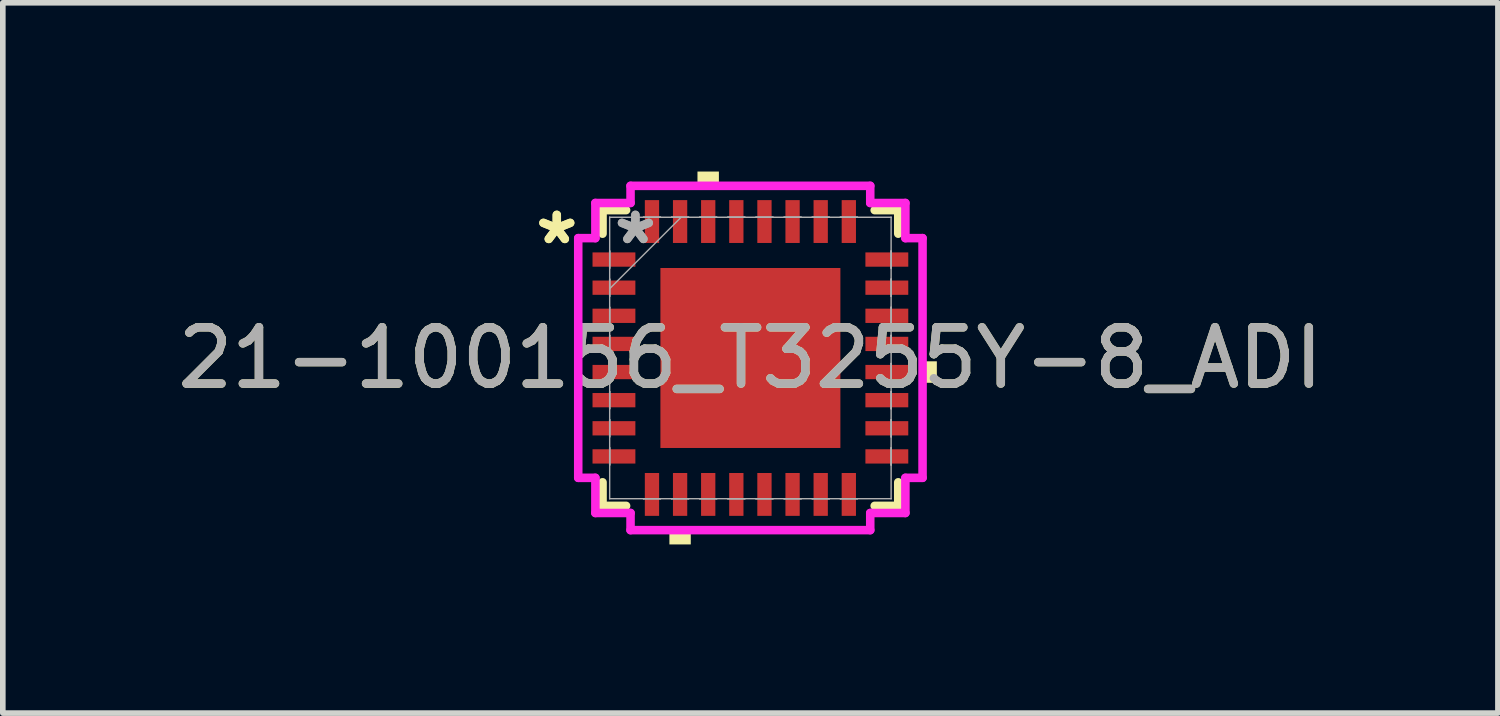
<source format=kicad_pcb>
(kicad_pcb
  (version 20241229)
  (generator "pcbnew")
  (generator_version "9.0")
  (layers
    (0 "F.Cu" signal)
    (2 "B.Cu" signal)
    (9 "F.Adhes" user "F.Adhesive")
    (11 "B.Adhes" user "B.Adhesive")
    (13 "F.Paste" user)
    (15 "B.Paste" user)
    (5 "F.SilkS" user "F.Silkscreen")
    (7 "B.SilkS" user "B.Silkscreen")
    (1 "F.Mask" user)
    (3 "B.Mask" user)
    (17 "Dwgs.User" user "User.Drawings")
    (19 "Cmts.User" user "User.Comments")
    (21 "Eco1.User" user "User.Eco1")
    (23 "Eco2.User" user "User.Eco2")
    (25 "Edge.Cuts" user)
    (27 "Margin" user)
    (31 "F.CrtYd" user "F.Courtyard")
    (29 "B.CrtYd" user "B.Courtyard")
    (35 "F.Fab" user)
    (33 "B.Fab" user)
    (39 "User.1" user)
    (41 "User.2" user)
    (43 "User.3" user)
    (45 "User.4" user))
  (footprint "21-100156_T3255Y-8_ADI"
    (layer "F.Cu")
    (at 10.292 3.315)
    (property "Reference" "21-100156_T3255Y-8_ADI" (at 0 0 0) (unlocked yes) (layer "F.SilkS") (effects (font (size 1 1) (thickness 0.15))))
    (attr smd)
    (fp_line (start -2.629 -2.629) (end -2.629 -2.21) (stroke (width 0.152) (type solid)) (layer "F.SilkS"))
    (fp_line (start -2.629 2.21) (end -2.629 2.629) (stroke (width 0.152) (type solid)) (layer "F.SilkS"))
    (fp_line (start -2.629 2.629) (end -2.21 2.629) (stroke (width 0.152) (type solid)) (layer "F.SilkS"))
    (fp_line (start -2.21 -2.629) (end -2.629 -2.629) (stroke (width 0.152) (type solid)) (layer "F.SilkS"))
    (fp_line (start 2.21 2.629) (end 2.629 2.629) (stroke (width 0.152) (type solid)) (layer "F.SilkS"))
    (fp_line (start 2.629 -2.629) (end 2.21 -2.629) (stroke (width 0.152) (type solid)) (layer "F.SilkS"))
    (fp_line (start 2.629 -2.21) (end 2.629 -2.629) (stroke (width 0.152) (type solid)) (layer "F.SilkS"))
    (fp_line (start 2.629 2.629) (end 2.629 2.21) (stroke (width 0.152) (type solid)) (layer "F.SilkS"))
    (fp_poly (pts (xy -1.44 3.061) (xy -1.44 3.315) (xy -1.06 3.315) (xy -1.06 3.061)) (stroke (width 0) (type solid)) (fill yes) (layer "F.SilkS"))
    (fp_poly (pts (xy -0.941 -3.061) (xy -0.941 -3.315) (xy -0.56 -3.315) (xy -0.56 -3.061)) (stroke (width 0) (type solid)) (fill yes) (layer "F.SilkS"))
    (fp_poly (pts (xy 3.315 0.059) (xy 3.315 0.441) (xy 3.061 0.441) (xy 3.061 0.059)) (stroke (width 0) (type solid)) (fill yes) (layer "F.SilkS"))
    (fp_poly (pts (xy -1.5 -1.5) (xy -1.5 -0.1) (xy -0.1 -0.1) (xy -0.1 -1.5)) (stroke (width 0) (type solid)) (fill yes) (layer "F.Paste"))
    (fp_poly (pts (xy -1.5 0.1) (xy -1.5 1.5) (xy -0.1 1.5) (xy -0.1 0.1)) (stroke (width 0) (type solid)) (fill yes) (layer "F.Paste"))
    (fp_poly (pts (xy 0.1 -1.5) (xy 0.1 -0.1) (xy 1.5 -0.1) (xy 1.5 -1.5)) (stroke (width 0) (type solid)) (fill yes) (layer "F.Paste"))
    (fp_poly (pts (xy 0.1 0.1) (xy 0.1 1.5) (xy 1.5 1.5) (xy 1.5 0.1)) (stroke (width 0) (type solid)) (fill yes) (layer "F.Paste"))
    (fp_line (start -3.061 -2.131) (end -2.756 -2.131) (stroke (width 0.152) (type solid)) (layer "F.CrtYd"))
    (fp_line (start -3.061 2.131) (end -3.061 -2.131) (stroke (width 0.152) (type solid)) (layer "F.CrtYd"))
    (fp_line (start -2.756 -2.756) (end -2.131 -2.756) (stroke (width 0.152) (type solid)) (layer "F.CrtYd"))
    (fp_line (start -2.756 -2.131) (end -2.756 -2.756) (stroke (width 0.152) (type solid)) (layer "F.CrtYd"))
    (fp_line (start -2.756 2.131) (end -3.061 2.131) (stroke (width 0.152) (type solid)) (layer "F.CrtYd"))
    (fp_line (start -2.756 2.756) (end -2.756 2.131) (stroke (width 0.152) (type solid)) (layer "F.CrtYd"))
    (fp_line (start -2.131 -3.061) (end 2.131 -3.061) (stroke (width 0.152) (type solid)) (layer "F.CrtYd"))
    (fp_line (start -2.131 -2.756) (end -2.131 -3.061) (stroke (width 0.152) (type solid)) (layer "F.CrtYd"))
    (fp_line (start -2.131 2.756) (end -2.756 2.756) (stroke (width 0.152) (type solid)) (layer "F.CrtYd"))
    (fp_line (start -2.131 3.061) (end -2.131 2.756) (stroke (width 0.152) (type solid)) (layer "F.CrtYd"))
    (fp_line (start 2.131 -3.061) (end 2.131 -2.756) (stroke (width 0.152) (type solid)) (layer "F.CrtYd"))
    (fp_line (start 2.131 -2.756) (end 2.756 -2.756) (stroke (width 0.152) (type solid)) (layer "F.CrtYd"))
    (fp_line (start 2.131 2.756) (end 2.131 3.061) (stroke (width 0.152) (type solid)) (layer "F.CrtYd"))
    (fp_line (start 2.131 3.061) (end -2.131 3.061) (stroke (width 0.152) (type solid)) (layer "F.CrtYd"))
    (fp_line (start 2.756 -2.756) (end 2.756 -2.131) (stroke (width 0.152) (type solid)) (layer "F.CrtYd"))
    (fp_line (start 2.756 -2.131) (end 3.061 -2.131) (stroke (width 0.152) (type solid)) (layer "F.CrtYd"))
    (fp_line (start 2.756 2.131) (end 2.756 2.756) (stroke (width 0.152) (type solid)) (layer "F.CrtYd"))
    (fp_line (start 2.756 2.756) (end 2.131 2.756) (stroke (width 0.152) (type solid)) (layer "F.CrtYd"))
    (fp_line (start 3.061 -2.131) (end 3.061 2.131) (stroke (width 0.152) (type solid)) (layer "F.CrtYd"))
    (fp_line (start 3.061 2.131) (end 2.756 2.131) (stroke (width 0.152) (type solid)) (layer "F.CrtYd"))
    (fp_line (start -2.502 -2.502) (end -2.502 -2.502) (stroke (width 0.025) (type solid)) (layer "F.Fab"))
    (fp_line (start -2.502 -2.502) (end -2.502 2.502) (stroke (width 0.025) (type solid)) (layer "F.Fab"))
    (fp_line (start -2.502 -1.902) (end -2.502 -1.902) (stroke (width 0.025) (type solid)) (layer "F.Fab"))
    (fp_line (start -2.502 -1.902) (end -2.502 -1.598) (stroke (width 0.025) (type solid)) (layer "F.Fab"))
    (fp_line (start -2.502 -1.598) (end -2.502 -1.902) (stroke (width 0.025) (type solid)) (layer "F.Fab"))
    (fp_line (start -2.502 -1.598) (end -2.502 -1.598) (stroke (width 0.025) (type solid)) (layer "F.Fab"))
    (fp_line (start -2.502 -1.402) (end -2.502 -1.402) (stroke (width 0.025) (type solid)) (layer "F.Fab"))
    (fp_line (start -2.502 -1.402) (end -2.502 -1.098) (stroke (width 0.025) (type solid)) (layer "F.Fab"))
    (fp_line (start -2.502 -1.232) (end -1.232 -2.502) (stroke (width 0.025) (type solid)) (layer "F.Fab"))
    (fp_line (start -2.502 -1.098) (end -2.502 -1.402) (stroke (width 0.025) (type solid)) (layer "F.Fab"))
    (fp_line (start -2.502 -1.098) (end -2.502 -1.098) (stroke (width 0.025) (type solid)) (layer "F.Fab"))
    (fp_line (start -2.502 -0.902) (end -2.502 -0.902) (stroke (width 0.025) (type solid)) (layer "F.Fab"))
    (fp_line (start -2.502 -0.902) (end -2.502 -0.598) (stroke (width 0.025) (type solid)) (layer "F.Fab"))
    (fp_line (start -2.502 -0.598) (end -2.502 -0.902) (stroke (width 0.025) (type solid)) (layer "F.Fab"))
    (fp_line (start -2.502 -0.598) (end -2.502 -0.598) (stroke (width 0.025) (type solid)) (layer "F.Fab"))
    (fp_line (start -2.502 -0.402) (end -2.502 -0.402) (stroke (width 0.025) (type solid)) (layer "F.Fab"))
    (fp_line (start -2.502 -0.402) (end -2.502 -0.098) (stroke (width 0.025) (type solid)) (layer "F.Fab"))
    (fp_line (start -2.502 -0.098) (end -2.502 -0.402) (stroke (width 0.025) (type solid)) (layer "F.Fab"))
    (fp_line (start -2.502 -0.098) (end -2.502 -0.098) (stroke (width 0.025) (type solid)) (layer "F.Fab"))
    (fp_line (start -2.502 0.098) (end -2.502 0.098) (stroke (width 0.025) (type solid)) (layer "F.Fab"))
    (fp_line (start -2.502 0.098) (end -2.502 0.402) (stroke (width 0.025) (type solid)) (layer "F.Fab"))
    (fp_line (start -2.502 0.402) (end -2.502 0.098) (stroke (width 0.025) (type solid)) (layer "F.Fab"))
    (fp_line (start -2.502 0.402) (end -2.502 0.402) (stroke (width 0.025) (type solid)) (layer "F.Fab"))
    (fp_line (start -2.502 0.598) (end -2.502 0.598) (stroke (width 0.025) (type solid)) (layer "F.Fab"))
    (fp_line (start -2.502 0.598) (end -2.502 0.902) (stroke (width 0.025) (type solid)) (layer "F.Fab"))
    (fp_line (start -2.502 0.902) (end -2.502 0.598) (stroke (width 0.025) (type solid)) (layer "F.Fab"))
    (fp_line (start -2.502 0.902) (end -2.502 0.902) (stroke (width 0.025) (type solid)) (layer "F.Fab"))
    (fp_line (start -2.502 1.098) (end -2.502 1.098) (stroke (width 0.025) (type solid)) (layer "F.Fab"))
    (fp_line (start -2.502 1.098) (end -2.502 1.402) (stroke (width 0.025) (type solid)) (layer "F.Fab"))
    (fp_line (start -2.502 1.402) (end -2.502 1.098) (stroke (width 0.025) (type solid)) (layer "F.Fab"))
    (fp_line (start -2.502 1.402) (end -2.502 1.402) (stroke (width 0.025) (type solid)) (layer "F.Fab"))
    (fp_line (start -2.502 1.598) (end -2.502 1.598) (stroke (width 0.025) (type solid)) (layer "F.Fab"))
    (fp_line (start -2.502 1.598) (end -2.502 1.902) (stroke (width 0.025) (type solid)) (layer "F.Fab"))
    (fp_line (start -2.502 1.902) (end -2.502 1.598) (stroke (width 0.025) (type solid)) (layer "F.Fab"))
    (fp_line (start -2.502 1.902) (end -2.502 1.902) (stroke (width 0.025) (type solid)) (layer "F.Fab"))
    (fp_line (start -2.502 2.502) (end -2.502 2.502) (stroke (width 0.025) (type solid)) (layer "F.Fab"))
    (fp_line (start -2.502 2.502) (end 2.502 2.502) (stroke (width 0.025) (type solid)) (layer "F.Fab"))
    (fp_line (start -1.902 -2.502) (end -1.902 -2.502) (stroke (width 0.025) (type solid)) (layer "F.Fab"))
    (fp_line (start -1.902 -2.502) (end -1.598 -2.502) (stroke (width 0.025) (type solid)) (layer "F.Fab"))
    (fp_line (start -1.902 2.502) (end -1.902 2.502) (stroke (width 0.025) (type solid)) (layer "F.Fab"))
    (fp_line (start -1.902 2.502) (end -1.598 2.502) (stroke (width 0.025) (type solid)) (layer "F.Fab"))
    (fp_line (start -1.598 -2.502) (end -1.902 -2.502) (stroke (width 0.025) (type solid)) (layer "F.Fab"))
    (fp_line (start -1.598 -2.502) (end -1.598 -2.502) (stroke (width 0.025) (type solid)) (layer "F.Fab"))
    (fp_line (start -1.598 2.502) (end -1.902 2.502) (stroke (width 0.025) (type solid)) (layer "F.Fab"))
    (fp_line (start -1.598 2.502) (end -1.598 2.502) (stroke (width 0.025) (type solid)) (layer "F.Fab"))
    (fp_line (start -1.402 -2.502) (end -1.402 -2.502) (stroke (width 0.025) (type solid)) (layer "F.Fab"))
    (fp_line (start -1.402 -2.502) (end -1.098 -2.502) (stroke (width 0.025) (type solid)) (layer "F.Fab"))
    (fp_line (start -1.402 2.502) (end -1.402 2.502) (stroke (width 0.025) (type solid)) (layer "F.Fab"))
    (fp_line (start -1.402 2.502) (end -1.098 2.502) (stroke (width 0.025) (type solid)) (layer "F.Fab"))
    (fp_line (start -1.098 -2.502) (end -1.402 -2.502) (stroke (width 0.025) (type solid)) (layer "F.Fab"))
    (fp_line (start -1.098 -2.502) (end -1.098 -2.502) (stroke (width 0.025) (type solid)) (layer "F.Fab"))
    (fp_line (start -1.098 2.502) (end -1.402 2.502) (stroke (width 0.025) (type solid)) (layer "F.Fab"))
    (fp_line (start -1.098 2.502) (end -1.098 2.502) (stroke (width 0.025) (type solid)) (layer "F.Fab"))
    (fp_line (start -0.902 -2.502) (end -0.902 -2.502) (stroke (width 0.025) (type solid)) (layer "F.Fab"))
    (fp_line (start -0.902 -2.502) (end -0.598 -2.502) (stroke (width 0.025) (type solid)) (layer "F.Fab"))
    (fp_line (start -0.902 2.502) (end -0.902 2.502) (stroke (width 0.025) (type solid)) (layer "F.Fab"))
    (fp_line (start -0.902 2.502) (end -0.598 2.502) (stroke (width 0.025) (type solid)) (layer "F.Fab"))
    (fp_line (start -0.598 -2.502) (end -0.902 -2.502) (stroke (width 0.025) (type solid)) (layer "F.Fab"))
    (fp_line (start -0.598 -2.502) (end -0.598 -2.502) (stroke (width 0.025) (type solid)) (layer "F.Fab"))
    (fp_line (start -0.598 2.502) (end -0.902 2.502) (stroke (width 0.025) (type solid)) (layer "F.Fab"))
    (fp_line (start -0.598 2.502) (end -0.598 2.502) (stroke (width 0.025) (type solid)) (layer "F.Fab"))
    (fp_line (start -0.402 -2.502) (end -0.402 -2.502) (stroke (width 0.025) (type solid)) (layer "F.Fab"))
    (fp_line (start -0.402 -2.502) (end -0.098 -2.502) (stroke (width 0.025) (type solid)) (layer "F.Fab"))
    (fp_line (start -0.402 2.502) (end -0.402 2.502) (stroke (width 0.025) (type solid)) (layer "F.Fab"))
    (fp_line (start -0.402 2.502) (end -0.098 2.502) (stroke (width 0.025) (type solid)) (layer "F.Fab"))
    (fp_line (start -0.098 -2.502) (end -0.402 -2.502) (stroke (width 0.025) (type solid)) (layer "F.Fab"))
    (fp_line (start -0.098 -2.502) (end -0.098 -2.502) (stroke (width 0.025) (type solid)) (layer "F.Fab"))
    (fp_line (start -0.098 2.502) (end -0.402 2.502) (stroke (width 0.025) (type solid)) (layer "F.Fab"))
    (fp_line (start -0.098 2.502) (end -0.098 2.502) (stroke (width 0.025) (type solid)) (layer "F.Fab"))
    (fp_line (start 0.098 -2.502) (end 0.098 -2.502) (stroke (width 0.025) (type solid)) (layer "F.Fab"))
    (fp_line (start 0.098 -2.502) (end 0.402 -2.502) (stroke (width 0.025) (type solid)) (layer "F.Fab"))
    (fp_line (start 0.098 2.502) (end 0.098 2.502) (stroke (width 0.025) (type solid)) (layer "F.Fab"))
    (fp_line (start 0.098 2.502) (end 0.402 2.502) (stroke (width 0.025) (type solid)) (layer "F.Fab"))
    (fp_line (start 0.402 -2.502) (end 0.098 -2.502) (stroke (width 0.025) (type solid)) (layer "F.Fab"))
    (fp_line (start 0.402 -2.502) (end 0.402 -2.502) (stroke (width 0.025) (type solid)) (layer "F.Fab"))
    (fp_line (start 0.402 2.502) (end 0.098 2.502) (stroke (width 0.025) (type solid)) (layer "F.Fab"))
    (fp_line (start 0.402 2.502) (end 0.402 2.502) (stroke (width 0.025) (type solid)) (layer "F.Fab"))
    (fp_line (start 0.598 -2.502) (end 0.598 -2.502) (stroke (width 0.025) (type solid)) (layer "F.Fab"))
    (fp_line (start 0.598 -2.502) (end 0.902 -2.502) (stroke (width 0.025) (type solid)) (layer "F.Fab"))
    (fp_line (start 0.598 2.502) (end 0.598 2.502) (stroke (width 0.025) (type solid)) (layer "F.Fab"))
    (fp_line (start 0.598 2.502) (end 0.902 2.502) (stroke (width 0.025) (type solid)) (layer "F.Fab"))
    (fp_line (start 0.902 -2.502) (end 0.598 -2.502) (stroke (width 0.025) (type solid)) (layer "F.Fab"))
    (fp_line (start 0.902 -2.502) (end 0.902 -2.502) (stroke (width 0.025) (type solid)) (layer "F.Fab"))
    (fp_line (start 0.902 2.502) (end 0.598 2.502) (stroke (width 0.025) (type solid)) (layer "F.Fab"))
    (fp_line (start 0.902 2.502) (end 0.902 2.502) (stroke (width 0.025) (type solid)) (layer "F.Fab"))
    (fp_line (start 1.098 -2.502) (end 1.098 -2.502) (stroke (width 0.025) (type solid)) (layer "F.Fab"))
    (fp_line (start 1.098 -2.502) (end 1.402 -2.502) (stroke (width 0.025) (type solid)) (layer "F.Fab"))
    (fp_line (start 1.098 2.502) (end 1.098 2.502) (stroke (width 0.025) (type solid)) (layer "F.Fab"))
    (fp_line (start 1.098 2.502) (end 1.402 2.502) (stroke (width 0.025) (type solid)) (layer "F.Fab"))
    (fp_line (start 1.402 -2.502) (end 1.098 -2.502) (stroke (width 0.025) (type solid)) (layer "F.Fab"))
    (fp_line (start 1.402 -2.502) (end 1.402 -2.502) (stroke (width 0.025) (type solid)) (layer "F.Fab"))
    (fp_line (start 1.402 2.502) (end 1.098 2.502) (stroke (width 0.025) (type solid)) (layer "F.Fab"))
    (fp_line (start 1.402 2.502) (end 1.402 2.502) (stroke (width 0.025) (type solid)) (layer "F.Fab"))
    (fp_line (start 1.598 -2.502) (end 1.598 -2.502) (stroke (width 0.025) (type solid)) (layer "F.Fab"))
    (fp_line (start 1.598 -2.502) (end 1.902 -2.502) (stroke (width 0.025) (type solid)) (layer "F.Fab"))
    (fp_line (start 1.598 2.502) (end 1.598 2.502) (stroke (width 0.025) (type solid)) (layer "F.Fab"))
    (fp_line (start 1.598 2.502) (end 1.902 2.502) (stroke (width 0.025) (type solid)) (layer "F.Fab"))
    (fp_line (start 1.902 -2.502) (end 1.598 -2.502) (stroke (width 0.025) (type solid)) (layer "F.Fab"))
    (fp_line (start 1.902 -2.502) (end 1.902 -2.502) (stroke (width 0.025) (type solid)) (layer "F.Fab"))
    (fp_line (start 1.902 2.502) (end 1.598 2.502) (stroke (width 0.025) (type solid)) (layer "F.Fab"))
    (fp_line (start 1.902 2.502) (end 1.902 2.502) (stroke (width 0.025) (type solid)) (layer "F.Fab"))
    (fp_line (start 2.502 -2.502) (end -2.502 -2.502) (stroke (width 0.025) (type solid)) (layer "F.Fab"))
    (fp_line (start 2.502 -2.502) (end 2.502 -2.502) (stroke (width 0.025) (type solid)) (layer "F.Fab"))
    (fp_line (start 2.502 -1.902) (end 2.502 -1.902) (stroke (width 0.025) (type solid)) (layer "F.Fab"))
    (fp_line (start 2.502 -1.902) (end 2.502 -1.598) (stroke (width 0.025) (type solid)) (layer "F.Fab"))
    (fp_line (start 2.502 -1.598) (end 2.502 -1.902) (stroke (width 0.025) (type solid)) (layer "F.Fab"))
    (fp_line (start 2.502 -1.598) (end 2.502 -1.598) (stroke (width 0.025) (type solid)) (layer "F.Fab"))
    (fp_line (start 2.502 -1.402) (end 2.502 -1.402) (stroke (width 0.025) (type solid)) (layer "F.Fab"))
    (fp_line (start 2.502 -1.402) (end 2.502 -1.098) (stroke (width 0.025) (type solid)) (layer "F.Fab"))
    (fp_line (start 2.502 -1.098) (end 2.502 -1.402) (stroke (width 0.025) (type solid)) (layer "F.Fab"))
    (fp_line (start 2.502 -1.098) (end 2.502 -1.098) (stroke (width 0.025) (type solid)) (layer "F.Fab"))
    (fp_line (start 2.502 -0.902) (end 2.502 -0.902) (stroke (width 0.025) (type solid)) (layer "F.Fab"))
    (fp_line (start 2.502 -0.902) (end 2.502 -0.598) (stroke (width 0.025) (type solid)) (layer "F.Fab"))
    (fp_line (start 2.502 -0.598) (end 2.502 -0.902) (stroke (width 0.025) (type solid)) (layer "F.Fab"))
    (fp_line (start 2.502 -0.598) (end 2.502 -0.598) (stroke (width 0.025) (type solid)) (layer "F.Fab"))
    (fp_line (start 2.502 -0.402) (end 2.502 -0.402) (stroke (width 0.025) (type solid)) (layer "F.Fab"))
    (fp_line (start 2.502 -0.402) (end 2.502 -0.098) (stroke (width 0.025) (type solid)) (layer "F.Fab"))
    (fp_line (start 2.502 -0.098) (end 2.502 -0.402) (stroke (width 0.025) (type solid)) (layer "F.Fab"))
    (fp_line (start 2.502 -0.098) (end 2.502 -0.098) (stroke (width 0.025) (type solid)) (layer "F.Fab"))
    (fp_line (start 2.502 0.098) (end 2.502 0.098) (stroke (width 0.025) (type solid)) (layer "F.Fab"))
    (fp_line (start 2.502 0.098) (end 2.502 0.402) (stroke (width 0.025) (type solid)) (layer "F.Fab"))
    (fp_line (start 2.502 0.402) (end 2.502 0.098) (stroke (width 0.025) (type solid)) (layer "F.Fab"))
    (fp_line (start 2.502 0.402) (end 2.502 0.402) (stroke (width 0.025) (type solid)) (layer "F.Fab"))
    (fp_line (start 2.502 0.598) (end 2.502 0.598) (stroke (width 0.025) (type solid)) (layer "F.Fab"))
    (fp_line (start 2.502 0.598) (end 2.502 0.902) (stroke (width 0.025) (type solid)) (layer "F.Fab"))
    (fp_line (start 2.502 0.902) (end 2.502 0.598) (stroke (width 0.025) (type solid)) (layer "F.Fab"))
    (fp_line (start 2.502 0.902) (end 2.502 0.902) (stroke (width 0.025) (type solid)) (layer "F.Fab"))
    (fp_line (start 2.502 1.098) (end 2.502 1.098) (stroke (width 0.025) (type solid)) (layer "F.Fab"))
    (fp_line (start 2.502 1.098) (end 2.502 1.402) (stroke (width 0.025) (type solid)) (layer "F.Fab"))
    (fp_line (start 2.502 1.402) (end 2.502 1.098) (stroke (width 0.025) (type solid)) (layer "F.Fab"))
    (fp_line (start 2.502 1.402) (end 2.502 1.402) (stroke (width 0.025) (type solid)) (layer "F.Fab"))
    (fp_line (start 2.502 1.598) (end 2.502 1.598) (stroke (width 0.025) (type solid)) (layer "F.Fab"))
    (fp_line (start 2.502 1.598) (end 2.502 1.902) (stroke (width 0.025) (type solid)) (layer "F.Fab"))
    (fp_line (start 2.502 1.902) (end 2.502 1.598) (stroke (width 0.025) (type solid)) (layer "F.Fab"))
    (fp_line (start 2.502 1.902) (end 2.502 1.902) (stroke (width 0.025) (type solid)) (layer "F.Fab"))
    (fp_line (start 2.502 2.502) (end 2.502 -2.502) (stroke (width 0.025) (type solid)) (layer "F.Fab"))
    (fp_line (start 2.502 2.502) (end 2.502 2.502) (stroke (width 0.025) (type solid)) (layer "F.Fab"))
    (fp_text user "*" (at -3.442 -2 0) (unlocked yes) (layer "F.SilkS") (effects (font (size 1 1) (thickness 0.15))))
    (fp_text user "*" (at -3.442 -2 0) (layer "F.SilkS") (effects (font (size 1 1) (thickness 0.15))))
    (fp_text user "*" (at -2.045 -2 0) (layer "F.Fab") (effects (font (size 1 1) (thickness 0.15))))
    (fp_text user "${REFERENCE}" (at 0 0 0) (unlocked yes) (layer "F.Fab") (effects (font (size 1 1) (thickness 0.15))))
    (fp_text user "*" (at -2.045 -2 0) (unlocked yes) (layer "F.Fab") (effects (font (size 1 1) (thickness 0.15))))
    (pad "1" smd rect (at -2.426 -1.75 90) (size 0.254 0.762) (layers "F.Cu" "F.Mask" "F.Paste"))
    (pad "2" smd rect (at -2.426 -1.25 90) (size 0.254 0.762) (layers "F.Cu" "F.Mask" "F.Paste"))
    (pad "3" smd rect (at -2.426 -0.75 90) (size 0.254 0.762) (layers "F.Cu" "F.Mask" "F.Paste"))
    (pad "4" smd rect (at -2.426 -0.25 90) (size 0.254 0.762) (layers "F.Cu" "F.Mask" "F.Paste"))
    (pad "5" smd rect (at -2.426 0.25 90) (size 0.254 0.762) (layers "F.Cu" "F.Mask" "F.Paste"))
    (pad "6" smd rect (at -2.426 0.75 90) (size 0.254 0.762) (layers "F.Cu" "F.Mask" "F.Paste"))
    (pad "7" smd rect (at -2.426 1.25 90) (size 0.254 0.762) (layers "F.Cu" "F.Mask" "F.Paste"))
    (pad "8" smd rect (at -2.426 1.75 90) (size 0.254 0.762) (layers "F.Cu" "F.Mask" "F.Paste"))
    (pad "9" smd rect (at -1.75 2.426) (size 0.254 0.762) (layers "F.Cu" "F.Mask" "F.Paste"))
    (pad "10" smd rect (at -1.25 2.426) (size 0.254 0.762) (layers "F.Cu" "F.Mask" "F.Paste"))
    (pad "11" smd rect (at -0.75 2.426) (size 0.254 0.762) (layers "F.Cu" "F.Mask" "F.Paste"))
    (pad "12" smd rect (at -0.25 2.426) (size 0.254 0.762) (layers "F.Cu" "F.Mask" "F.Paste"))
    (pad "13" smd rect (at 0.25 2.426) (size 0.254 0.762) (layers "F.Cu" "F.Mask" "F.Paste"))
    (pad "14" smd rect (at 0.75 2.426) (size 0.254 0.762) (layers "F.Cu" "F.Mask" "F.Paste"))
    (pad "15" smd rect (at 1.25 2.426) (size 0.254 0.762) (layers "F.Cu" "F.Mask" "F.Paste"))
    (pad "16" smd rect (at 1.75 2.426) (size 0.254 0.762) (layers "F.Cu" "F.Mask" "F.Paste"))
    (pad "17" smd rect (at 2.426 1.75 90) (size 0.254 0.762) (layers "F.Cu" "F.Mask" "F.Paste"))
    (pad "18" smd rect (at 2.426 1.25 90) (size 0.254 0.762) (layers "F.Cu" "F.Mask" "F.Paste"))
    (pad "19" smd rect (at 2.426 0.75 90) (size 0.254 0.762) (layers "F.Cu" "F.Mask" "F.Paste"))
    (pad "20" smd rect (at 2.426 0.25 90) (size 0.254 0.762) (layers "F.Cu" "F.Mask" "F.Paste"))
    (pad "21" smd rect (at 2.426 -0.25 90) (size 0.254 0.762) (layers "F.Cu" "F.Mask" "F.Paste"))
    (pad "22" smd rect (at 2.426 -0.75 90) (size 0.254 0.762) (layers "F.Cu" "F.Mask" "F.Paste"))
    (pad "23" smd rect (at 2.426 -1.25 90) (size 0.254 0.762) (layers "F.Cu" "F.Mask" "F.Paste"))
    (pad "24" smd rect (at 2.426 -1.75 90) (size 0.254 0.762) (layers "F.Cu" "F.Mask" "F.Paste"))
    (pad "25" smd rect (at 1.75 -2.426) (size 0.254 0.762) (layers "F.Cu" "F.Mask" "F.Paste"))
    (pad "26" smd rect (at 1.25 -2.426) (size 0.254 0.762) (layers "F.Cu" "F.Mask" "F.Paste"))
    (pad "27" smd rect (at 0.75 -2.426) (size 0.254 0.762) (layers "F.Cu" "F.Mask" "F.Paste"))
    (pad "28" smd rect (at 0.25 -2.426) (size 0.254 0.762) (layers "F.Cu" "F.Mask" "F.Paste"))
    (pad "29" smd rect (at -0.25 -2.426) (size 0.254 0.762) (layers "F.Cu" "F.Mask" "F.Paste"))
    (pad "30" smd rect (at -0.75 -2.426) (size 0.254 0.762) (layers "F.Cu" "F.Mask" "F.Paste"))
    (pad "31" smd rect (at -1.25 -2.426) (size 0.254 0.762) (layers "F.Cu" "F.Mask" "F.Paste"))
    (pad "32" smd rect (at -1.75 -2.426) (size 0.254 0.762) (layers "F.Cu" "F.Mask" "F.Paste"))
    (pad "33" smd rect (at 0 0) (size 3.2 3.2) (layers "F.Cu" "F.Mask" "F.Paste")))
  (gr_rect
    (start -3 -3)
    (end 23.583 9.629)
    (stroke (width 0.1) (type default))
    (fill no)
    (layer "Edge.Cuts")))
</source>
